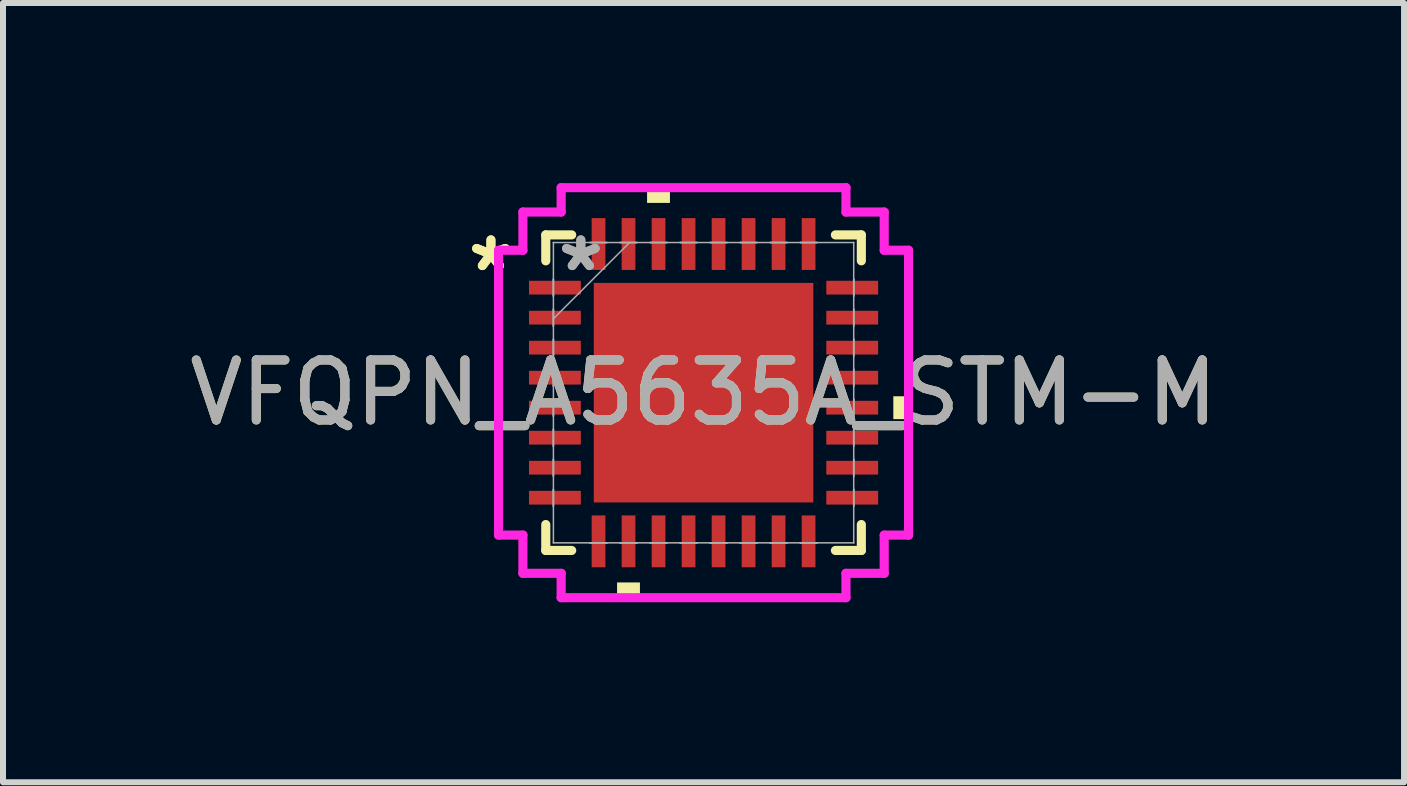
<source format=kicad_pcb>
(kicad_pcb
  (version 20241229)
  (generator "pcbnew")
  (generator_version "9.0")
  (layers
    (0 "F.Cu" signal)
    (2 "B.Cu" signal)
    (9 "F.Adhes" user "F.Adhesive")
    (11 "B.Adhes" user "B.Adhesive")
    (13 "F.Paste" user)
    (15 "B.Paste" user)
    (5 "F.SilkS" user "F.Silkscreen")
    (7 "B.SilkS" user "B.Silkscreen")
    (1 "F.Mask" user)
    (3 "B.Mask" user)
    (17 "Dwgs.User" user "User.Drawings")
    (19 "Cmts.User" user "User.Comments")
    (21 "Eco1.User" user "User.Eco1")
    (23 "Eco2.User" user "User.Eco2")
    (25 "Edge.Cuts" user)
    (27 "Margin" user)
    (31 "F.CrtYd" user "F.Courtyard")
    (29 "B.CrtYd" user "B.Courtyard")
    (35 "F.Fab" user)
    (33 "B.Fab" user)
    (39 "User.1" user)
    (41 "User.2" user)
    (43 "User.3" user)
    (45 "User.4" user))
  (footprint "VFQPN_A5635A_STM-M"
    (layer "F.Cu")
    (at 8.673 3.493)
    (property "Reference" "VFQPN_A5635A_STM-M" (at 0 0 0) (unlocked yes) (layer "F.SilkS") (effects (font (size 1 1) (thickness 0.15))))
    (attr smd)
    (fp_line (start -2.629 -2.629) (end -2.629 -2.197) (stroke (width 0.152) (type solid)) (layer "F.SilkS"))
    (fp_line (start -2.629 2.197) (end -2.629 2.629) (stroke (width 0.152) (type solid)) (layer "F.SilkS"))
    (fp_line (start -2.629 2.629) (end -2.197 2.629) (stroke (width 0.152) (type solid)) (layer "F.SilkS"))
    (fp_line (start -2.197 -2.629) (end -2.629 -2.629) (stroke (width 0.152) (type solid)) (layer "F.SilkS"))
    (fp_line (start 2.197 2.629) (end 2.629 2.629) (stroke (width 0.152) (type solid)) (layer "F.SilkS"))
    (fp_line (start 2.629 -2.629) (end 2.197 -2.629) (stroke (width 0.152) (type solid)) (layer "F.SilkS"))
    (fp_line (start 2.629 -2.197) (end 2.629 -2.629) (stroke (width 0.152) (type solid)) (layer "F.SilkS"))
    (fp_line (start 2.629 2.629) (end 2.629 2.197) (stroke (width 0.152) (type solid)) (layer "F.SilkS"))
    (fp_poly (pts (xy -1.441 3.162) (xy -1.441 3.416) (xy -1.06 3.416) (xy -1.06 3.162)) (stroke (width 0) (type solid)) (fill yes) (layer "F.SilkS"))
    (fp_poly (pts (xy -0.941 -3.162) (xy -0.941 -3.416) (xy -0.56 -3.416) (xy -0.56 -3.162)) (stroke (width 0) (type solid)) (fill yes) (layer "F.SilkS"))
    (fp_poly (pts (xy 3.416 0.06) (xy 3.416 0.441) (xy 3.162 0.441) (xy 3.162 0.06)) (stroke (width 0) (type solid)) (fill yes) (layer "F.SilkS"))
    (fp_poly (pts (xy -1.729 -1.729) (xy -1.729 -0.1) (xy -0.1 -0.1) (xy -0.1 -1.729)) (stroke (width 0) (type solid)) (fill yes) (layer "F.Paste"))
    (fp_poly (pts (xy -1.729 0.1) (xy -1.729 1.729) (xy -0.1 1.729) (xy -0.1 0.1)) (stroke (width 0) (type solid)) (fill yes) (layer "F.Paste"))
    (fp_poly (pts (xy 0.1 -1.729) (xy 0.1 -0.1) (xy 1.729 -0.1) (xy 1.729 -1.729)) (stroke (width 0) (type solid)) (fill yes) (layer "F.Paste"))
    (fp_poly (pts (xy 0.1 0.1) (xy 0.1 1.729) (xy 1.729 1.729) (xy 1.729 0.1)) (stroke (width 0) (type solid)) (fill yes) (layer "F.Paste"))
    (fp_line (start -3.416 -2.373) (end -3.01 -2.373) (stroke (width 0.152) (type solid)) (layer "F.CrtYd"))
    (fp_line (start -3.416 2.373) (end -3.416 -2.373) (stroke (width 0.152) (type solid)) (layer "F.CrtYd"))
    (fp_line (start -3.01 -3.01) (end -2.373 -3.01) (stroke (width 0.152) (type solid)) (layer "F.CrtYd"))
    (fp_line (start -3.01 -2.373) (end -3.01 -3.01) (stroke (width 0.152) (type solid)) (layer "F.CrtYd"))
    (fp_line (start -3.01 2.373) (end -3.416 2.373) (stroke (width 0.152) (type solid)) (layer "F.CrtYd"))
    (fp_line (start -3.01 3.01) (end -3.01 2.373) (stroke (width 0.152) (type solid)) (layer "F.CrtYd"))
    (fp_line (start -2.373 -3.416) (end 2.373 -3.416) (stroke (width 0.152) (type solid)) (layer "F.CrtYd"))
    (fp_line (start -2.373 -3.01) (end -2.373 -3.416) (stroke (width 0.152) (type solid)) (layer "F.CrtYd"))
    (fp_line (start -2.373 3.01) (end -3.01 3.01) (stroke (width 0.152) (type solid)) (layer "F.CrtYd"))
    (fp_line (start -2.373 3.416) (end -2.373 3.01) (stroke (width 0.152) (type solid)) (layer "F.CrtYd"))
    (fp_line (start 2.373 -3.416) (end 2.373 -3.01) (stroke (width 0.152) (type solid)) (layer "F.CrtYd"))
    (fp_line (start 2.373 -3.01) (end 3.01 -3.01) (stroke (width 0.152) (type solid)) (layer "F.CrtYd"))
    (fp_line (start 2.373 3.01) (end 2.373 3.416) (stroke (width 0.152) (type solid)) (layer "F.CrtYd"))
    (fp_line (start 2.373 3.416) (end -2.373 3.416) (stroke (width 0.152) (type solid)) (layer "F.CrtYd"))
    (fp_line (start 3.01 -3.01) (end 3.01 -2.373) (stroke (width 0.152) (type solid)) (layer "F.CrtYd"))
    (fp_line (start 3.01 -2.373) (end 3.416 -2.373) (stroke (width 0.152) (type solid)) (layer "F.CrtYd"))
    (fp_line (start 3.01 2.373) (end 3.01 3.01) (stroke (width 0.152) (type solid)) (layer "F.CrtYd"))
    (fp_line (start 3.01 3.01) (end 2.373 3.01) (stroke (width 0.152) (type solid)) (layer "F.CrtYd"))
    (fp_line (start 3.416 -2.373) (end 3.416 2.373) (stroke (width 0.152) (type solid)) (layer "F.CrtYd"))
    (fp_line (start 3.416 2.373) (end 3.01 2.373) (stroke (width 0.152) (type solid)) (layer "F.CrtYd"))
    (fp_line (start -2.502 -2.502) (end -2.502 -2.502) (stroke (width 0.025) (type solid)) (layer "F.Fab"))
    (fp_line (start -2.502 -2.502) (end -2.502 2.502) (stroke (width 0.025) (type solid)) (layer "F.Fab"))
    (fp_line (start -2.502 -1.89) (end -2.502 -1.89) (stroke (width 0.025) (type solid)) (layer "F.Fab"))
    (fp_line (start -2.502 -1.89) (end -2.502 -1.611) (stroke (width 0.025) (type solid)) (layer "F.Fab"))
    (fp_line (start -2.502 -1.611) (end -2.502 -1.89) (stroke (width 0.025) (type solid)) (layer "F.Fab"))
    (fp_line (start -2.502 -1.611) (end -2.502 -1.611) (stroke (width 0.025) (type solid)) (layer "F.Fab"))
    (fp_line (start -2.502 -1.39) (end -2.502 -1.39) (stroke (width 0.025) (type solid)) (layer "F.Fab"))
    (fp_line (start -2.502 -1.39) (end -2.502 -1.111) (stroke (width 0.025) (type solid)) (layer "F.Fab"))
    (fp_line (start -2.502 -1.232) (end -1.232 -2.502) (stroke (width 0.025) (type solid)) (layer "F.Fab"))
    (fp_line (start -2.502 -1.111) (end -2.502 -1.39) (stroke (width 0.025) (type solid)) (layer "F.Fab"))
    (fp_line (start -2.502 -1.111) (end -2.502 -1.111) (stroke (width 0.025) (type solid)) (layer "F.Fab"))
    (fp_line (start -2.502 -0.89) (end -2.502 -0.89) (stroke (width 0.025) (type solid)) (layer "F.Fab"))
    (fp_line (start -2.502 -0.89) (end -2.502 -0.61) (stroke (width 0.025) (type solid)) (layer "F.Fab"))
    (fp_line (start -2.502 -0.61) (end -2.502 -0.89) (stroke (width 0.025) (type solid)) (layer "F.Fab"))
    (fp_line (start -2.502 -0.61) (end -2.502 -0.61) (stroke (width 0.025) (type solid)) (layer "F.Fab"))
    (fp_line (start -2.502 -0.39) (end -2.502 -0.39) (stroke (width 0.025) (type solid)) (layer "F.Fab"))
    (fp_line (start -2.502 -0.39) (end -2.502 -0.11) (stroke (width 0.025) (type solid)) (layer "F.Fab"))
    (fp_line (start -2.502 -0.11) (end -2.502 -0.39) (stroke (width 0.025) (type solid)) (layer "F.Fab"))
    (fp_line (start -2.502 -0.11) (end -2.502 -0.11) (stroke (width 0.025) (type solid)) (layer "F.Fab"))
    (fp_line (start -2.502 0.11) (end -2.502 0.11) (stroke (width 0.025) (type solid)) (layer "F.Fab"))
    (fp_line (start -2.502 0.11) (end -2.502 0.39) (stroke (width 0.025) (type solid)) (layer "F.Fab"))
    (fp_line (start -2.502 0.39) (end -2.502 0.11) (stroke (width 0.025) (type solid)) (layer "F.Fab"))
    (fp_line (start -2.502 0.39) (end -2.502 0.39) (stroke (width 0.025) (type solid)) (layer "F.Fab"))
    (fp_line (start -2.502 0.61) (end -2.502 0.61) (stroke (width 0.025) (type solid)) (layer "F.Fab"))
    (fp_line (start -2.502 0.61) (end -2.502 0.89) (stroke (width 0.025) (type solid)) (layer "F.Fab"))
    (fp_line (start -2.502 0.89) (end -2.502 0.61) (stroke (width 0.025) (type solid)) (layer "F.Fab"))
    (fp_line (start -2.502 0.89) (end -2.502 0.89) (stroke (width 0.025) (type solid)) (layer "F.Fab"))
    (fp_line (start -2.502 1.111) (end -2.502 1.111) (stroke (width 0.025) (type solid)) (layer "F.Fab"))
    (fp_line (start -2.502 1.111) (end -2.502 1.39) (stroke (width 0.025) (type solid)) (layer "F.Fab"))
    (fp_line (start -2.502 1.39) (end -2.502 1.111) (stroke (width 0.025) (type solid)) (layer "F.Fab"))
    (fp_line (start -2.502 1.39) (end -2.502 1.39) (stroke (width 0.025) (type solid)) (layer "F.Fab"))
    (fp_line (start -2.502 1.611) (end -2.502 1.611) (stroke (width 0.025) (type solid)) (layer "F.Fab"))
    (fp_line (start -2.502 1.611) (end -2.502 1.89) (stroke (width 0.025) (type solid)) (layer "F.Fab"))
    (fp_line (start -2.502 1.89) (end -2.502 1.611) (stroke (width 0.025) (type solid)) (layer "F.Fab"))
    (fp_line (start -2.502 1.89) (end -2.502 1.89) (stroke (width 0.025) (type solid)) (layer "F.Fab"))
    (fp_line (start -2.502 2.502) (end -2.502 2.502) (stroke (width 0.025) (type solid)) (layer "F.Fab"))
    (fp_line (start -2.502 2.502) (end 2.502 2.502) (stroke (width 0.025) (type solid)) (layer "F.Fab"))
    (fp_line (start -1.89 -2.502) (end -1.89 -2.502) (stroke (width 0.025) (type solid)) (layer "F.Fab"))
    (fp_line (start -1.89 -2.502) (end -1.611 -2.502) (stroke (width 0.025) (type solid)) (layer "F.Fab"))
    (fp_line (start -1.89 2.502) (end -1.89 2.502) (stroke (width 0.025) (type solid)) (layer "F.Fab"))
    (fp_line (start -1.89 2.502) (end -1.611 2.502) (stroke (width 0.025) (type solid)) (layer "F.Fab"))
    (fp_line (start -1.611 -2.502) (end -1.89 -2.502) (stroke (width 0.025) (type solid)) (layer "F.Fab"))
    (fp_line (start -1.611 -2.502) (end -1.611 -2.502) (stroke (width 0.025) (type solid)) (layer "F.Fab"))
    (fp_line (start -1.611 2.502) (end -1.89 2.502) (stroke (width 0.025) (type solid)) (layer "F.Fab"))
    (fp_line (start -1.611 2.502) (end -1.611 2.502) (stroke (width 0.025) (type solid)) (layer "F.Fab"))
    (fp_line (start -1.39 -2.502) (end -1.39 -2.502) (stroke (width 0.025) (type solid)) (layer "F.Fab"))
    (fp_line (start -1.39 -2.502) (end -1.111 -2.502) (stroke (width 0.025) (type solid)) (layer "F.Fab"))
    (fp_line (start -1.39 2.502) (end -1.39 2.502) (stroke (width 0.025) (type solid)) (layer "F.Fab"))
    (fp_line (start -1.39 2.502) (end -1.111 2.502) (stroke (width 0.025) (type solid)) (layer "F.Fab"))
    (fp_line (start -1.111 -2.502) (end -1.39 -2.502) (stroke (width 0.025) (type solid)) (layer "F.Fab"))
    (fp_line (start -1.111 -2.502) (end -1.111 -2.502) (stroke (width 0.025) (type solid)) (layer "F.Fab"))
    (fp_line (start -1.111 2.502) (end -1.39 2.502) (stroke (width 0.025) (type solid)) (layer "F.Fab"))
    (fp_line (start -1.111 2.502) (end -1.111 2.502) (stroke (width 0.025) (type solid)) (layer "F.Fab"))
    (fp_line (start -0.89 -2.502) (end -0.89 -2.502) (stroke (width 0.025) (type solid)) (layer "F.Fab"))
    (fp_line (start -0.89 -2.502) (end -0.61 -2.502) (stroke (width 0.025) (type solid)) (layer "F.Fab"))
    (fp_line (start -0.89 2.502) (end -0.89 2.502) (stroke (width 0.025) (type solid)) (layer "F.Fab"))
    (fp_line (start -0.89 2.502) (end -0.61 2.502) (stroke (width 0.025) (type solid)) (layer "F.Fab"))
    (fp_line (start -0.61 -2.502) (end -0.89 -2.502) (stroke (width 0.025) (type solid)) (layer "F.Fab"))
    (fp_line (start -0.61 -2.502) (end -0.61 -2.502) (stroke (width 0.025) (type solid)) (layer "F.Fab"))
    (fp_line (start -0.61 2.502) (end -0.89 2.502) (stroke (width 0.025) (type solid)) (layer "F.Fab"))
    (fp_line (start -0.61 2.502) (end -0.61 2.502) (stroke (width 0.025) (type solid)) (layer "F.Fab"))
    (fp_line (start -0.39 -2.502) (end -0.39 -2.502) (stroke (width 0.025) (type solid)) (layer "F.Fab"))
    (fp_line (start -0.39 -2.502) (end -0.11 -2.502) (stroke (width 0.025) (type solid)) (layer "F.Fab"))
    (fp_line (start -0.39 2.502) (end -0.39 2.502) (stroke (width 0.025) (type solid)) (layer "F.Fab"))
    (fp_line (start -0.39 2.502) (end -0.11 2.502) (stroke (width 0.025) (type solid)) (layer "F.Fab"))
    (fp_line (start -0.11 -2.502) (end -0.39 -2.502) (stroke (width 0.025) (type solid)) (layer "F.Fab"))
    (fp_line (start -0.11 -2.502) (end -0.11 -2.502) (stroke (width 0.025) (type solid)) (layer "F.Fab"))
    (fp_line (start -0.11 2.502) (end -0.39 2.502) (stroke (width 0.025) (type solid)) (layer "F.Fab"))
    (fp_line (start -0.11 2.502) (end -0.11 2.502) (stroke (width 0.025) (type solid)) (layer "F.Fab"))
    (fp_line (start 0.11 -2.502) (end 0.11 -2.502) (stroke (width 0.025) (type solid)) (layer "F.Fab"))
    (fp_line (start 0.11 -2.502) (end 0.39 -2.502) (stroke (width 0.025) (type solid)) (layer "F.Fab"))
    (fp_line (start 0.11 2.502) (end 0.11 2.502) (stroke (width 0.025) (type solid)) (layer "F.Fab"))
    (fp_line (start 0.11 2.502) (end 0.39 2.502) (stroke (width 0.025) (type solid)) (layer "F.Fab"))
    (fp_line (start 0.39 -2.502) (end 0.11 -2.502) (stroke (width 0.025) (type solid)) (layer "F.Fab"))
    (fp_line (start 0.39 -2.502) (end 0.39 -2.502) (stroke (width 0.025) (type solid)) (layer "F.Fab"))
    (fp_line (start 0.39 2.502) (end 0.11 2.502) (stroke (width 0.025) (type solid)) (layer "F.Fab"))
    (fp_line (start 0.39 2.502) (end 0.39 2.502) (stroke (width 0.025) (type solid)) (layer "F.Fab"))
    (fp_line (start 0.61 -2.502) (end 0.61 -2.502) (stroke (width 0.025) (type solid)) (layer "F.Fab"))
    (fp_line (start 0.61 -2.502) (end 0.89 -2.502) (stroke (width 0.025) (type solid)) (layer "F.Fab"))
    (fp_line (start 0.61 2.502) (end 0.61 2.502) (stroke (width 0.025) (type solid)) (layer "F.Fab"))
    (fp_line (start 0.61 2.502) (end 0.89 2.502) (stroke (width 0.025) (type solid)) (layer "F.Fab"))
    (fp_line (start 0.89 -2.502) (end 0.61 -2.502) (stroke (width 0.025) (type solid)) (layer "F.Fab"))
    (fp_line (start 0.89 -2.502) (end 0.89 -2.502) (stroke (width 0.025) (type solid)) (layer "F.Fab"))
    (fp_line (start 0.89 2.502) (end 0.61 2.502) (stroke (width 0.025) (type solid)) (layer "F.Fab"))
    (fp_line (start 0.89 2.502) (end 0.89 2.502) (stroke (width 0.025) (type solid)) (layer "F.Fab"))
    (fp_line (start 1.111 -2.502) (end 1.111 -2.502) (stroke (width 0.025) (type solid)) (layer "F.Fab"))
    (fp_line (start 1.111 -2.502) (end 1.39 -2.502) (stroke (width 0.025) (type solid)) (layer "F.Fab"))
    (fp_line (start 1.111 2.502) (end 1.111 2.502) (stroke (width 0.025) (type solid)) (layer "F.Fab"))
    (fp_line (start 1.111 2.502) (end 1.39 2.502) (stroke (width 0.025) (type solid)) (layer "F.Fab"))
    (fp_line (start 1.39 -2.502) (end 1.111 -2.502) (stroke (width 0.025) (type solid)) (layer "F.Fab"))
    (fp_line (start 1.39 -2.502) (end 1.39 -2.502) (stroke (width 0.025) (type solid)) (layer "F.Fab"))
    (fp_line (start 1.39 2.502) (end 1.111 2.502) (stroke (width 0.025) (type solid)) (layer "F.Fab"))
    (fp_line (start 1.39 2.502) (end 1.39 2.502) (stroke (width 0.025) (type solid)) (layer "F.Fab"))
    (fp_line (start 1.611 -2.502) (end 1.611 -2.502) (stroke (width 0.025) (type solid)) (layer "F.Fab"))
    (fp_line (start 1.611 -2.502) (end 1.89 -2.502) (stroke (width 0.025) (type solid)) (layer "F.Fab"))
    (fp_line (start 1.611 2.502) (end 1.611 2.502) (stroke (width 0.025) (type solid)) (layer "F.Fab"))
    (fp_line (start 1.611 2.502) (end 1.89 2.502) (stroke (width 0.025) (type solid)) (layer "F.Fab"))
    (fp_line (start 1.89 -2.502) (end 1.611 -2.502) (stroke (width 0.025) (type solid)) (layer "F.Fab"))
    (fp_line (start 1.89 -2.502) (end 1.89 -2.502) (stroke (width 0.025) (type solid)) (layer "F.Fab"))
    (fp_line (start 1.89 2.502) (end 1.611 2.502) (stroke (width 0.025) (type solid)) (layer "F.Fab"))
    (fp_line (start 1.89 2.502) (end 1.89 2.502) (stroke (width 0.025) (type solid)) (layer "F.Fab"))
    (fp_line (start 2.502 -2.502) (end -2.502 -2.502) (stroke (width 0.025) (type solid)) (layer "F.Fab"))
    (fp_line (start 2.502 -2.502) (end 2.502 -2.502) (stroke (width 0.025) (type solid)) (layer "F.Fab"))
    (fp_line (start 2.502 -1.89) (end 2.502 -1.89) (stroke (width 0.025) (type solid)) (layer "F.Fab"))
    (fp_line (start 2.502 -1.89) (end 2.502 -1.611) (stroke (width 0.025) (type solid)) (layer "F.Fab"))
    (fp_line (start 2.502 -1.611) (end 2.502 -1.89) (stroke (width 0.025) (type solid)) (layer "F.Fab"))
    (fp_line (start 2.502 -1.611) (end 2.502 -1.611) (stroke (width 0.025) (type solid)) (layer "F.Fab"))
    (fp_line (start 2.502 -1.39) (end 2.502 -1.39) (stroke (width 0.025) (type solid)) (layer "F.Fab"))
    (fp_line (start 2.502 -1.39) (end 2.502 -1.111) (stroke (width 0.025) (type solid)) (layer "F.Fab"))
    (fp_line (start 2.502 -1.111) (end 2.502 -1.39) (stroke (width 0.025) (type solid)) (layer "F.Fab"))
    (fp_line (start 2.502 -1.111) (end 2.502 -1.111) (stroke (width 0.025) (type solid)) (layer "F.Fab"))
    (fp_line (start 2.502 -0.89) (end 2.502 -0.89) (stroke (width 0.025) (type solid)) (layer "F.Fab"))
    (fp_line (start 2.502 -0.89) (end 2.502 -0.61) (stroke (width 0.025) (type solid)) (layer "F.Fab"))
    (fp_line (start 2.502 -0.61) (end 2.502 -0.89) (stroke (width 0.025) (type solid)) (layer "F.Fab"))
    (fp_line (start 2.502 -0.61) (end 2.502 -0.61) (stroke (width 0.025) (type solid)) (layer "F.Fab"))
    (fp_line (start 2.502 -0.39) (end 2.502 -0.39) (stroke (width 0.025) (type solid)) (layer "F.Fab"))
    (fp_line (start 2.502 -0.39) (end 2.502 -0.11) (stroke (width 0.025) (type solid)) (layer "F.Fab"))
    (fp_line (start 2.502 -0.11) (end 2.502 -0.39) (stroke (width 0.025) (type solid)) (layer "F.Fab"))
    (fp_line (start 2.502 -0.11) (end 2.502 -0.11) (stroke (width 0.025) (type solid)) (layer "F.Fab"))
    (fp_line (start 2.502 0.11) (end 2.502 0.11) (stroke (width 0.025) (type solid)) (layer "F.Fab"))
    (fp_line (start 2.502 0.11) (end 2.502 0.39) (stroke (width 0.025) (type solid)) (layer "F.Fab"))
    (fp_line (start 2.502 0.39) (end 2.502 0.11) (stroke (width 0.025) (type solid)) (layer "F.Fab"))
    (fp_line (start 2.502 0.39) (end 2.502 0.39) (stroke (width 0.025) (type solid)) (layer "F.Fab"))
    (fp_line (start 2.502 0.61) (end 2.502 0.61) (stroke (width 0.025) (type solid)) (layer "F.Fab"))
    (fp_line (start 2.502 0.61) (end 2.502 0.89) (stroke (width 0.025) (type solid)) (layer "F.Fab"))
    (fp_line (start 2.502 0.89) (end 2.502 0.61) (stroke (width 0.025) (type solid)) (layer "F.Fab"))
    (fp_line (start 2.502 0.89) (end 2.502 0.89) (stroke (width 0.025) (type solid)) (layer "F.Fab"))
    (fp_line (start 2.502 1.111) (end 2.502 1.111) (stroke (width 0.025) (type solid)) (layer "F.Fab"))
    (fp_line (start 2.502 1.111) (end 2.502 1.39) (stroke (width 0.025) (type solid)) (layer "F.Fab"))
    (fp_line (start 2.502 1.39) (end 2.502 1.111) (stroke (width 0.025) (type solid)) (layer "F.Fab"))
    (fp_line (start 2.502 1.39) (end 2.502 1.39) (stroke (width 0.025) (type solid)) (layer "F.Fab"))
    (fp_line (start 2.502 1.611) (end 2.502 1.611) (stroke (width 0.025) (type solid)) (layer "F.Fab"))
    (fp_line (start 2.502 1.611) (end 2.502 1.89) (stroke (width 0.025) (type solid)) (layer "F.Fab"))
    (fp_line (start 2.502 1.89) (end 2.502 1.611) (stroke (width 0.025) (type solid)) (layer "F.Fab"))
    (fp_line (start 2.502 1.89) (end 2.502 1.89) (stroke (width 0.025) (type solid)) (layer "F.Fab"))
    (fp_line (start 2.502 2.502) (end 2.502 -2.502) (stroke (width 0.025) (type solid)) (layer "F.Fab"))
    (fp_line (start 2.502 2.502) (end 2.502 2.502) (stroke (width 0.025) (type solid)) (layer "F.Fab"))
    (fp_text user "*" (at -3.543 -2.001 0) (layer "F.SilkS") (effects (font (size 1 1) (thickness 0.15))))
    (fp_text user "*" (at -3.543 -2.001 0) (unlocked yes) (layer "F.SilkS") (effects (font (size 1 1) (thickness 0.15))))
    (fp_text user "${REFERENCE}" (at 0 0 0) (unlocked yes) (layer "F.Fab") (effects (font (size 1 1) (thickness 0.15))))
    (fp_text user "*" (at -2.045 -2.001 0) (layer "F.Fab") (effects (font (size 1 1) (thickness 0.15))))
    (fp_text user "*" (at -2.045 -2.001 0) (unlocked yes) (layer "F.Fab") (effects (font (size 1 1) (thickness 0.15))))
    (pad "1" smd rect (at -2.477 -1.75 90) (size 0.229 0.864) (layers "F.Cu" "F.Mask" "F.Paste"))
    (pad "2" smd rect (at -2.477 -1.25 90) (size 0.229 0.864) (layers "F.Cu" "F.Mask" "F.Paste"))
    (pad "3" smd rect (at -2.477 -0.75 90) (size 0.229 0.864) (layers "F.Cu" "F.Mask" "F.Paste"))
    (pad "4" smd rect (at -2.477 -0.25 90) (size 0.229 0.864) (layers "F.Cu" "F.Mask" "F.Paste"))
    (pad "5" smd rect (at -2.477 0.25 90) (size 0.229 0.864) (layers "F.Cu" "F.Mask" "F.Paste"))
    (pad "6" smd rect (at -2.477 0.75 90) (size 0.229 0.864) (layers "F.Cu" "F.Mask" "F.Paste"))
    (pad "7" smd rect (at -2.477 1.25 90) (size 0.229 0.864) (layers "F.Cu" "F.Mask" "F.Paste"))
    (pad "8" smd rect (at -2.477 1.75 90) (size 0.229 0.864) (layers "F.Cu" "F.Mask" "F.Paste"))
    (pad "9" smd rect (at -1.75 2.477) (size 0.229 0.864) (layers "F.Cu" "F.Mask" "F.Paste"))
    (pad "10" smd rect (at -1.25 2.477) (size 0.229 0.864) (layers "F.Cu" "F.Mask" "F.Paste"))
    (pad "11" smd rect (at -0.75 2.477) (size 0.229 0.864) (layers "F.Cu" "F.Mask" "F.Paste"))
    (pad "12" smd rect (at -0.25 2.477) (size 0.229 0.864) (layers "F.Cu" "F.Mask" "F.Paste"))
    (pad "13" smd rect (at 0.25 2.477) (size 0.229 0.864) (layers "F.Cu" "F.Mask" "F.Paste"))
    (pad "14" smd rect (at 0.75 2.477) (size 0.229 0.864) (layers "F.Cu" "F.Mask" "F.Paste"))
    (pad "15" smd rect (at 1.25 2.477) (size 0.229 0.864) (layers "F.Cu" "F.Mask" "F.Paste"))
    (pad "16" smd rect (at 1.75 2.477) (size 0.229 0.864) (layers "F.Cu" "F.Mask" "F.Paste"))
    (pad "17" smd rect (at 2.477 1.75 90) (size 0.229 0.864) (layers "F.Cu" "F.Mask" "F.Paste"))
    (pad "18" smd rect (at 2.477 1.25 90) (size 0.229 0.864) (layers "F.Cu" "F.Mask" "F.Paste"))
    (pad "19" smd rect (at 2.477 0.75 90) (size 0.229 0.864) (layers "F.Cu" "F.Mask" "F.Paste"))
    (pad "20" smd rect (at 2.477 0.25 90) (size 0.229 0.864) (layers "F.Cu" "F.Mask" "F.Paste"))
    (pad "21" smd rect (at 2.477 -0.25 90) (size 0.229 0.864) (layers "F.Cu" "F.Mask" "F.Paste"))
    (pad "22" smd rect (at 2.477 -0.75 90) (size 0.229 0.864) (layers "F.Cu" "F.Mask" "F.Paste"))
    (pad "23" smd rect (at 2.477 -1.25 90) (size 0.229 0.864) (layers "F.Cu" "F.Mask" "F.Paste"))
    (pad "24" smd rect (at 2.477 -1.75 90) (size 0.229 0.864) (layers "F.Cu" "F.Mask" "F.Paste"))
    (pad "25" smd rect (at 1.75 -2.477) (size 0.229 0.864) (layers "F.Cu" "F.Mask" "F.Paste"))
    (pad "26" smd rect (at 1.25 -2.477) (size 0.229 0.864) (layers "F.Cu" "F.Mask" "F.Paste"))
    (pad "27" smd rect (at 0.75 -2.477) (size 0.229 0.864) (layers "F.Cu" "F.Mask" "F.Paste"))
    (pad "28" smd rect (at 0.25 -2.477) (size 0.229 0.864) (layers "F.Cu" "F.Mask" "F.Paste"))
    (pad "29" smd rect (at -0.25 -2.477) (size 0.229 0.864) (layers "F.Cu" "F.Mask" "F.Paste"))
    (pad "30" smd rect (at -0.75 -2.477) (size 0.229 0.864) (layers "F.Cu" "F.Mask" "F.Paste"))
    (pad "31" smd rect (at -1.25 -2.477) (size 0.229 0.864) (layers "F.Cu" "F.Mask" "F.Paste"))
    (pad "32" smd rect (at -1.75 -2.477) (size 0.229 0.864) (layers "F.Cu" "F.Mask" "F.Paste"))
    (pad "33" smd rect (at 0 0) (size 3.658 3.658) (layers "F.Cu" "F.Mask" "F.Paste")))
  (gr_rect
    (start -3 -3)
    (end 20.345 9.985)
    (stroke (width 0.1) (type default))
    (fill no)
    (layer "Edge.Cuts")))
</source>
